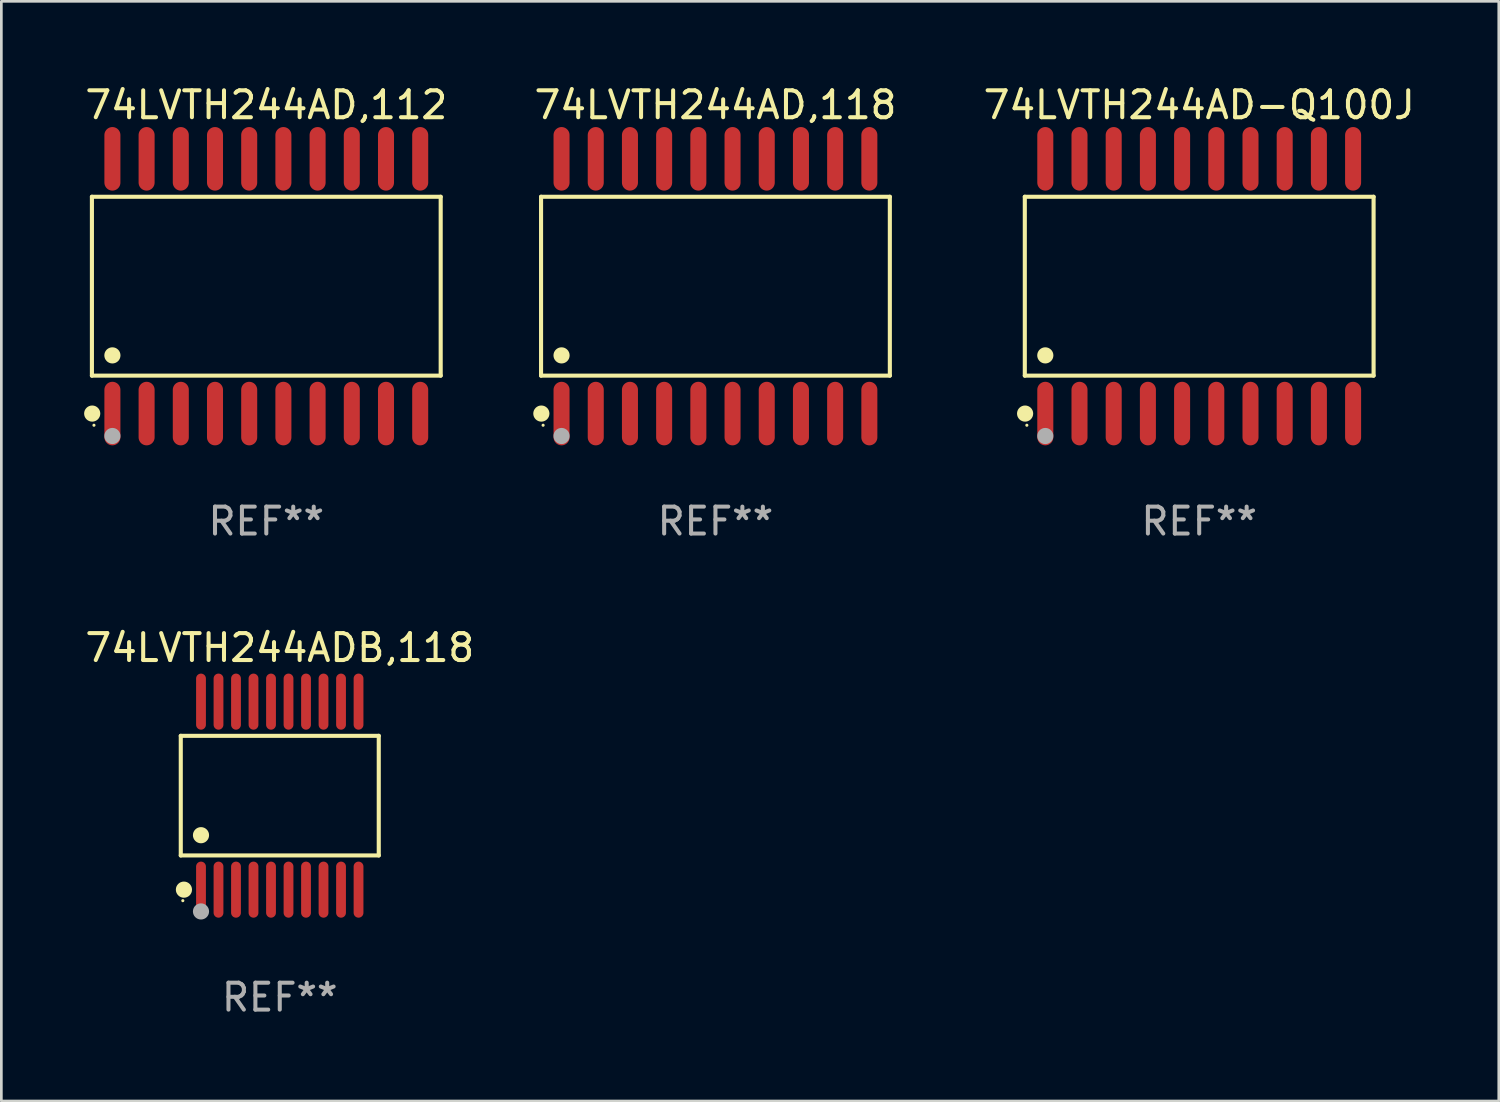
<source format=kicad_pcb>
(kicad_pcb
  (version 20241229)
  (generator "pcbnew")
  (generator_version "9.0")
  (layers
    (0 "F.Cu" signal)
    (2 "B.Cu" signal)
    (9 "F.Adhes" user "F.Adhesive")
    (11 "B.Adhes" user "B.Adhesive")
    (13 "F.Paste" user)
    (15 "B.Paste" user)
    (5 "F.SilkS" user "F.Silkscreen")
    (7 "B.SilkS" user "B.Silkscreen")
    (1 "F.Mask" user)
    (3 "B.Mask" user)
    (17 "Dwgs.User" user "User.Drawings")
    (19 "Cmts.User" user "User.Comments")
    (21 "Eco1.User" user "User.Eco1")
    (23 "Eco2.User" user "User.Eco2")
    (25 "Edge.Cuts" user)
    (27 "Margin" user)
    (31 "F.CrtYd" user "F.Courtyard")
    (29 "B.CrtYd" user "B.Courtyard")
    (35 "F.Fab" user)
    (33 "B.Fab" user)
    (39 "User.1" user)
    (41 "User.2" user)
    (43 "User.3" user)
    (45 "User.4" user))
  (footprint "74LVTH244ADB,118"
    (layer "F.Cu")
    (at 7.339 26.496)
    (property "Reference" "74LVTH244ADB,118" (at 0 -5.491 0) (layer "F.SilkS") (effects (font (size 1 1) (thickness 0.15))))
    (attr through_hole)
    (fp_line (start -3.676 -2.221) (end 3.676 -2.221) (stroke (width 0.152) (type solid)) (layer "F.SilkS"))
    (fp_line (start -3.676 2.221) (end -3.676 -2.221) (stroke (width 0.152) (type solid)) (layer "F.SilkS"))
    (fp_line (start 3.676 -2.221) (end 3.676 2.221) (stroke (width 0.152) (type solid)) (layer "F.SilkS"))
    (fp_line (start 3.676 2.221) (end -3.676 2.221) (stroke (width 0.152) (type solid)) (layer "F.SilkS"))
    (fp_circle (center -3.6 3.9) (end -3.57 3.9) (stroke (width 0.06) (type solid)) (fill no) (layer "F.SilkS"))
    (fp_circle (center -3.559 3.491) (end -3.409 3.491) (stroke (width 0.3) (type solid)) (fill no) (layer "F.SilkS"))
    (fp_circle (center -2.925 1.469) (end -2.775 1.469) (stroke (width 0.3) (type solid)) (fill no) (layer "F.SilkS"))
    (fp_circle (center -2.925 4.3) (end -2.775 4.3) (stroke (width 0.3) (type solid)) (fill no) (layer "F.Fab"))
    (fp_text user "REF**" (at 0 7.491 0) (layer "F.Fab") (effects (font (size 1 1) (thickness 0.15))))
    (pad "1" smd oval (at -2.925 3.491) (size 0.364 2.082) (layers "F.Cu" "F.Mask" "F.Paste"))
    (pad "2" smd oval (at -2.275 3.491) (size 0.364 2.082) (layers "F.Cu" "F.Mask" "F.Paste"))
    (pad "3" smd oval (at -1.625 3.491) (size 0.364 2.082) (layers "F.Cu" "F.Mask" "F.Paste"))
    (pad "4" smd oval (at -0.975 3.491) (size 0.364 2.082) (layers "F.Cu" "F.Mask" "F.Paste"))
    (pad "5" smd oval (at -0.325 3.491) (size 0.364 2.082) (layers "F.Cu" "F.Mask" "F.Paste"))
    (pad "6" smd oval (at 0.325 3.491) (size 0.364 2.082) (layers "F.Cu" "F.Mask" "F.Paste"))
    (pad "7" smd oval (at 0.975 3.491) (size 0.364 2.082) (layers "F.Cu" "F.Mask" "F.Paste"))
    (pad "8" smd oval (at 1.625 3.491) (size 0.364 2.082) (layers "F.Cu" "F.Mask" "F.Paste"))
    (pad "9" smd oval (at 2.275 3.491) (size 0.364 2.082) (layers "F.Cu" "F.Mask" "F.Paste"))
    (pad "10" smd oval (at 2.925 3.491) (size 0.364 2.082) (layers "F.Cu" "F.Mask" "F.Paste"))
    (pad "11" smd oval (at 2.925 -3.491) (size 0.364 2.082) (layers "F.Cu" "F.Mask" "F.Paste"))
    (pad "12" smd oval (at 2.275 -3.491) (size 0.364 2.082) (layers "F.Cu" "F.Mask" "F.Paste"))
    (pad "13" smd oval (at 1.625 -3.491) (size 0.364 2.082) (layers "F.Cu" "F.Mask" "F.Paste"))
    (pad "14" smd oval (at 0.975 -3.491) (size 0.364 2.082) (layers "F.Cu" "F.Mask" "F.Paste"))
    (pad "15" smd oval (at 0.325 -3.491) (size 0.364 2.082) (layers "F.Cu" "F.Mask" "F.Paste"))
    (pad "16" smd oval (at -0.325 -3.491) (size 0.364 2.082) (layers "F.Cu" "F.Mask" "F.Paste"))
    (pad "17" smd oval (at -0.975 -3.491) (size 0.364 2.082) (layers "F.Cu" "F.Mask" "F.Paste"))
    (pad "18" smd oval (at -1.625 -3.491) (size 0.364 2.082) (layers "F.Cu" "F.Mask" "F.Paste"))
    (pad "19" smd oval (at -2.275 -3.491) (size 0.364 2.082) (layers "F.Cu" "F.Mask" "F.Paste"))
    (pad "20" smd oval (at -2.925 -3.491) (size 0.364 2.082) (layers "F.Cu" "F.Mask" "F.Paste")))
  (footprint "74LVTH244AD,118"
    (layer "F.Cu")
    (at 23.518 7.578)
    (property "Reference" "74LVTH244AD,118" (at 0 -6.73 0) (layer "F.SilkS") (effects (font (size 1 1) (thickness 0.15))))
    (attr through_hole)
    (fp_line (start -6.476 -3.321) (end 6.476 -3.321) (stroke (width 0.152) (type solid)) (layer "F.SilkS"))
    (fp_line (start -6.476 3.321) (end -6.476 -3.321) (stroke (width 0.152) (type solid)) (layer "F.SilkS"))
    (fp_line (start 6.476 -3.321) (end 6.476 3.321) (stroke (width 0.152) (type solid)) (layer "F.SilkS"))
    (fp_line (start 6.476 3.321) (end -6.476 3.321) (stroke (width 0.152) (type solid)) (layer "F.SilkS"))
    (fp_circle (center -6.465 4.73) (end -6.315 4.73) (stroke (width 0.3) (type solid)) (fill no) (layer "F.SilkS"))
    (fp_circle (center -6.4 5.163) (end -6.37 5.163) (stroke (width 0.06) (type solid)) (fill no) (layer "F.SilkS"))
    (fp_circle (center -5.715 2.569) (end -5.565 2.569) (stroke (width 0.3) (type solid)) (fill no) (layer "F.SilkS"))
    (fp_circle (center -5.715 5.563) (end -5.565 5.563) (stroke (width 0.3) (type solid)) (fill no) (layer "F.Fab"))
    (fp_text user "REF**" (at 0 8.73 0) (layer "F.Fab") (effects (font (size 1 1) (thickness 0.15))))
    (pad "1" smd oval (at -5.715 4.73) (size 0.595 2.36) (layers "F.Cu" "F.Mask" "F.Paste"))
    (pad "2" smd oval (at -4.445 4.73) (size 0.595 2.36) (layers "F.Cu" "F.Mask" "F.Paste"))
    (pad "3" smd oval (at -3.175 4.73) (size 0.595 2.36) (layers "F.Cu" "F.Mask" "F.Paste"))
    (pad "4" smd oval (at -1.905 4.73) (size 0.595 2.36) (layers "F.Cu" "F.Mask" "F.Paste"))
    (pad "5" smd oval (at -0.635 4.73) (size 0.595 2.36) (layers "F.Cu" "F.Mask" "F.Paste"))
    (pad "6" smd oval (at 0.635 4.73) (size 0.595 2.36) (layers "F.Cu" "F.Mask" "F.Paste"))
    (pad "7" smd oval (at 1.905 4.73) (size 0.595 2.36) (layers "F.Cu" "F.Mask" "F.Paste"))
    (pad "8" smd oval (at 3.175 4.73) (size 0.595 2.36) (layers "F.Cu" "F.Mask" "F.Paste"))
    (pad "9" smd oval (at 4.445 4.73) (size 0.595 2.36) (layers "F.Cu" "F.Mask" "F.Paste"))
    (pad "10" smd oval (at 5.715 4.73) (size 0.595 2.36) (layers "F.Cu" "F.Mask" "F.Paste"))
    (pad "11" smd oval (at 5.715 -4.73) (size 0.595 2.36) (layers "F.Cu" "F.Mask" "F.Paste"))
    (pad "12" smd oval (at 4.445 -4.73) (size 0.595 2.36) (layers "F.Cu" "F.Mask" "F.Paste"))
    (pad "13" smd oval (at 3.175 -4.73) (size 0.595 2.36) (layers "F.Cu" "F.Mask" "F.Paste"))
    (pad "14" smd oval (at 1.905 -4.73) (size 0.595 2.36) (layers "F.Cu" "F.Mask" "F.Paste"))
    (pad "15" smd oval (at 0.635 -4.73) (size 0.595 2.36) (layers "F.Cu" "F.Mask" "F.Paste"))
    (pad "16" smd oval (at -0.635 -4.73) (size 0.595 2.36) (layers "F.Cu" "F.Mask" "F.Paste"))
    (pad "17" smd oval (at -1.905 -4.73) (size 0.595 2.36) (layers "F.Cu" "F.Mask" "F.Paste"))
    (pad "18" smd oval (at -3.175 -4.73) (size 0.595 2.36) (layers "F.Cu" "F.Mask" "F.Paste"))
    (pad "19" smd oval (at -4.445 -4.73) (size 0.595 2.36) (layers "F.Cu" "F.Mask" "F.Paste"))
    (pad "20" smd oval (at -5.715 -4.73) (size 0.595 2.36) (layers "F.Cu" "F.Mask" "F.Paste")))
  (footprint "74LVTH244AD-Q100J"
    (layer "F.Cu")
    (at 41.482 7.578)
    (property "Reference" "74LVTH244AD-Q100J" (at 0 -6.73 0) (layer "F.SilkS") (effects (font (size 1 1) (thickness 0.15))))
    (attr through_hole)
    (fp_line (start -6.476 -3.321) (end 6.476 -3.321) (stroke (width 0.152) (type solid)) (layer "F.SilkS"))
    (fp_line (start -6.476 3.321) (end -6.476 -3.321) (stroke (width 0.152) (type solid)) (layer "F.SilkS"))
    (fp_line (start 6.476 -3.321) (end 6.476 3.321) (stroke (width 0.152) (type solid)) (layer "F.SilkS"))
    (fp_line (start 6.476 3.321) (end -6.476 3.321) (stroke (width 0.152) (type solid)) (layer "F.SilkS"))
    (fp_circle (center -6.465 4.73) (end -6.315 4.73) (stroke (width 0.3) (type solid)) (fill no) (layer "F.SilkS"))
    (fp_circle (center -6.4 5.163) (end -6.37 5.163) (stroke (width 0.06) (type solid)) (fill no) (layer "F.SilkS"))
    (fp_circle (center -5.715 2.569) (end -5.565 2.569) (stroke (width 0.3) (type solid)) (fill no) (layer "F.SilkS"))
    (fp_circle (center -5.715 5.563) (end -5.565 5.563) (stroke (width 0.3) (type solid)) (fill no) (layer "F.Fab"))
    (fp_text user "REF**" (at 0 8.73 0) (layer "F.Fab") (effects (font (size 1 1) (thickness 0.15))))
    (pad "1" smd oval (at -5.715 4.73) (size 0.595 2.36) (layers "F.Cu" "F.Mask" "F.Paste"))
    (pad "2" smd oval (at -4.445 4.73) (size 0.595 2.36) (layers "F.Cu" "F.Mask" "F.Paste"))
    (pad "3" smd oval (at -3.175 4.73) (size 0.595 2.36) (layers "F.Cu" "F.Mask" "F.Paste"))
    (pad "4" smd oval (at -1.905 4.73) (size 0.595 2.36) (layers "F.Cu" "F.Mask" "F.Paste"))
    (pad "5" smd oval (at -0.635 4.73) (size 0.595 2.36) (layers "F.Cu" "F.Mask" "F.Paste"))
    (pad "6" smd oval (at 0.635 4.73) (size 0.595 2.36) (layers "F.Cu" "F.Mask" "F.Paste"))
    (pad "7" smd oval (at 1.905 4.73) (size 0.595 2.36) (layers "F.Cu" "F.Mask" "F.Paste"))
    (pad "8" smd oval (at 3.175 4.73) (size 0.595 2.36) (layers "F.Cu" "F.Mask" "F.Paste"))
    (pad "9" smd oval (at 4.445 4.73) (size 0.595 2.36) (layers "F.Cu" "F.Mask" "F.Paste"))
    (pad "10" smd oval (at 5.715 4.73) (size 0.595 2.36) (layers "F.Cu" "F.Mask" "F.Paste"))
    (pad "11" smd oval (at 5.715 -4.73) (size 0.595 2.36) (layers "F.Cu" "F.Mask" "F.Paste"))
    (pad "12" smd oval (at 4.445 -4.73) (size 0.595 2.36) (layers "F.Cu" "F.Mask" "F.Paste"))
    (pad "13" smd oval (at 3.175 -4.73) (size 0.595 2.36) (layers "F.Cu" "F.Mask" "F.Paste"))
    (pad "14" smd oval (at 1.905 -4.73) (size 0.595 2.36) (layers "F.Cu" "F.Mask" "F.Paste"))
    (pad "15" smd oval (at 0.635 -4.73) (size 0.595 2.36) (layers "F.Cu" "F.Mask" "F.Paste"))
    (pad "16" smd oval (at -0.635 -4.73) (size 0.595 2.36) (layers "F.Cu" "F.Mask" "F.Paste"))
    (pad "17" smd oval (at -1.905 -4.73) (size 0.595 2.36) (layers "F.Cu" "F.Mask" "F.Paste"))
    (pad "18" smd oval (at -3.175 -4.73) (size 0.595 2.36) (layers "F.Cu" "F.Mask" "F.Paste"))
    (pad "19" smd oval (at -4.445 -4.73) (size 0.595 2.36) (layers "F.Cu" "F.Mask" "F.Paste"))
    (pad "20" smd oval (at -5.715 -4.73) (size 0.595 2.36) (layers "F.Cu" "F.Mask" "F.Paste")))
  (footprint "74LVTH244AD,112"
    (layer "F.Cu")
    (at 6.839 7.578)
    (property "Reference" "74LVTH244AD,112" (at 0 -6.73 0) (layer "F.SilkS") (effects (font (size 1 1) (thickness 0.15))))
    (attr through_hole)
    (fp_line (start -6.476 -3.321) (end 6.476 -3.321) (stroke (width 0.152) (type solid)) (layer "F.SilkS"))
    (fp_line (start -6.476 3.321) (end -6.476 -3.321) (stroke (width 0.152) (type solid)) (layer "F.SilkS"))
    (fp_line (start 6.476 -3.321) (end 6.476 3.321) (stroke (width 0.152) (type solid)) (layer "F.SilkS"))
    (fp_line (start 6.476 3.321) (end -6.476 3.321) (stroke (width 0.152) (type solid)) (layer "F.SilkS"))
    (fp_circle (center -6.465 4.73) (end -6.315 4.73) (stroke (width 0.3) (type solid)) (fill no) (layer "F.SilkS"))
    (fp_circle (center -6.4 5.163) (end -6.37 5.163) (stroke (width 0.06) (type solid)) (fill no) (layer "F.SilkS"))
    (fp_circle (center -5.715 2.569) (end -5.565 2.569) (stroke (width 0.3) (type solid)) (fill no) (layer "F.SilkS"))
    (fp_circle (center -5.715 5.563) (end -5.565 5.563) (stroke (width 0.3) (type solid)) (fill no) (layer "F.Fab"))
    (fp_text user "REF**" (at 0 8.73 0) (layer "F.Fab") (effects (font (size 1 1) (thickness 0.15))))
    (pad "1" smd oval (at -5.715 4.73) (size 0.595 2.36) (layers "F.Cu" "F.Mask" "F.Paste"))
    (pad "2" smd oval (at -4.445 4.73) (size 0.595 2.36) (layers "F.Cu" "F.Mask" "F.Paste"))
    (pad "3" smd oval (at -3.175 4.73) (size 0.595 2.36) (layers "F.Cu" "F.Mask" "F.Paste"))
    (pad "4" smd oval (at -1.905 4.73) (size 0.595 2.36) (layers "F.Cu" "F.Mask" "F.Paste"))
    (pad "5" smd oval (at -0.635 4.73) (size 0.595 2.36) (layers "F.Cu" "F.Mask" "F.Paste"))
    (pad "6" smd oval (at 0.635 4.73) (size 0.595 2.36) (layers "F.Cu" "F.Mask" "F.Paste"))
    (pad "7" smd oval (at 1.905 4.73) (size 0.595 2.36) (layers "F.Cu" "F.Mask" "F.Paste"))
    (pad "8" smd oval (at 3.175 4.73) (size 0.595 2.36) (layers "F.Cu" "F.Mask" "F.Paste"))
    (pad "9" smd oval (at 4.445 4.73) (size 0.595 2.36) (layers "F.Cu" "F.Mask" "F.Paste"))
    (pad "10" smd oval (at 5.715 4.73) (size 0.595 2.36) (layers "F.Cu" "F.Mask" "F.Paste"))
    (pad "11" smd oval (at 5.715 -4.73) (size 0.595 2.36) (layers "F.Cu" "F.Mask" "F.Paste"))
    (pad "12" smd oval (at 4.445 -4.73) (size 0.595 2.36) (layers "F.Cu" "F.Mask" "F.Paste"))
    (pad "13" smd oval (at 3.175 -4.73) (size 0.595 2.36) (layers "F.Cu" "F.Mask" "F.Paste"))
    (pad "14" smd oval (at 1.905 -4.73) (size 0.595 2.36) (layers "F.Cu" "F.Mask" "F.Paste"))
    (pad "15" smd oval (at 0.635 -4.73) (size 0.595 2.36) (layers "F.Cu" "F.Mask" "F.Paste"))
    (pad "16" smd oval (at -0.635 -4.73) (size 0.595 2.36) (layers "F.Cu" "F.Mask" "F.Paste"))
    (pad "17" smd oval (at -1.905 -4.73) (size 0.595 2.36) (layers "F.Cu" "F.Mask" "F.Paste"))
    (pad "18" smd oval (at -3.175 -4.73) (size 0.595 2.36) (layers "F.Cu" "F.Mask" "F.Paste"))
    (pad "19" smd oval (at -4.445 -4.73) (size 0.595 2.36) (layers "F.Cu" "F.Mask" "F.Paste"))
    (pad "20" smd oval (at -5.715 -4.73) (size 0.595 2.36) (layers "F.Cu" "F.Mask" "F.Paste")))
  (gr_rect
    (start -3 -3)
    (end 52.607 37.835)
    (stroke (width 0.1) (type default))
    (fill no)
    (layer "Edge.Cuts")))
</source>
